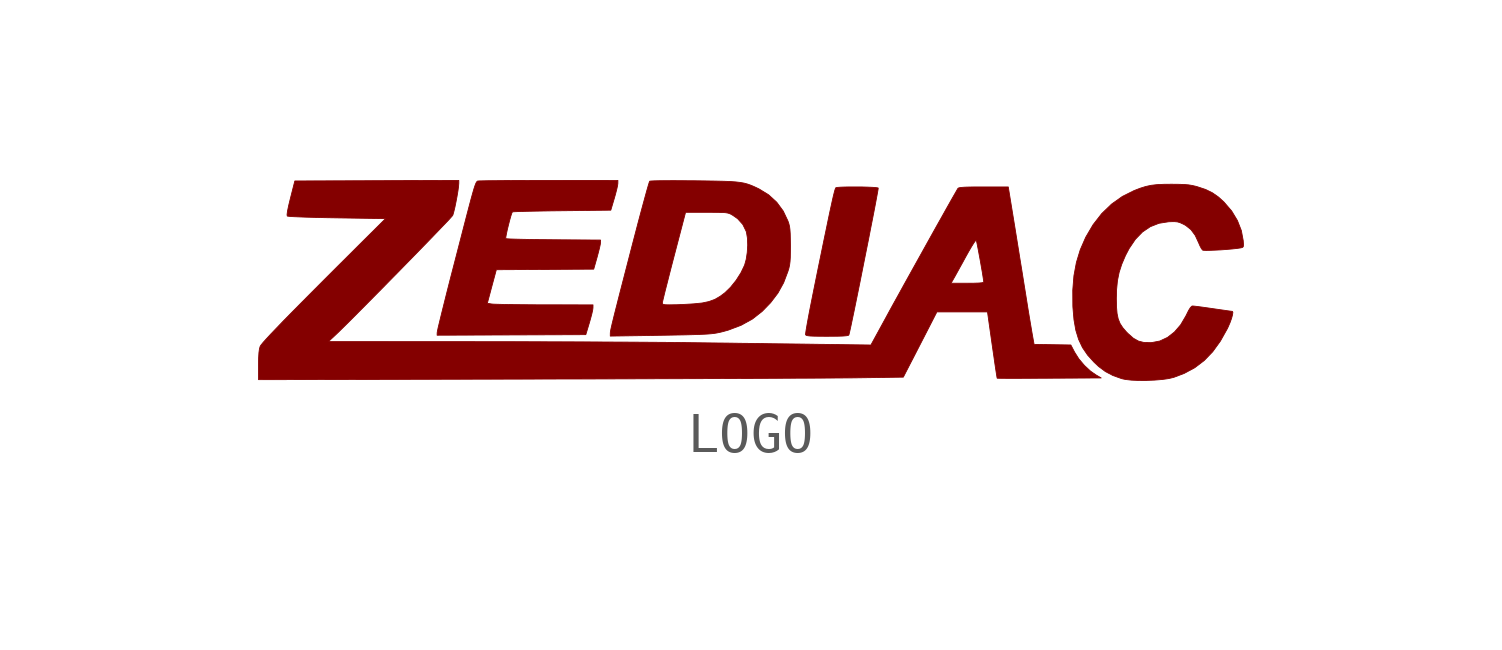
<source format=kicad_sym>
(kicad_symbol_lib
  (version 20210619)
  (generator bitmap2component)
  (symbol "LOGO"
    (pin_names
      (offset 1.016))
    (property "Reference" "#G"
      (at 0 1.854 0)
      (effects (font (size 1.27 1.27)) hide))
    (symbol "LOGO_0_0"
      (polyline (pts (xy 9.884 -2.51) (xy 10.084 -2.502) (xy 10.272 -2.487) (xy 10.436 -2.464) (xy 10.563 -2.434) (xy 10.823 -2.336) (xy 11.089 -2.193) (xy 11.326 -2.013) (xy 11.538 -1.793) (xy 11.729 -1.529) (xy 11.905 -1.215) (xy 11.923 -1.177) (xy 11.972 -1.064) (xy 12.01 -0.958) (xy 12.034 -0.868) (xy 12.042 -0.807) (xy 12.03 -0.784) (xy 12.008 -0.782) (xy 11.941 -0.773) (xy 11.836 -0.758) (xy 11.703 -0.739) (xy 11.55 -0.717) (xy 11.427 -0.699) (xy 11.284 -0.679) (xy 11.164 -0.663) (xy 11.078 -0.653) (xy 11.035 -0.649) (xy 11.019 -0.653) (xy 10.982 -0.688) (xy 10.936 -0.761) (xy 10.877 -0.88) (xy 10.867 -0.9) (xy 10.738 -1.119) (xy 10.583 -1.299) (xy 10.409 -1.435) (xy 10.217 -1.525) (xy 10.014 -1.564) (xy 9.991 -1.566) (xy 9.822 -1.562) (xy 9.683 -1.527) (xy 9.556 -1.456) (xy 9.425 -1.341) (xy 9.383 -1.299) (xy 9.29 -1.191) (xy 9.222 -1.086) (xy 9.176 -0.971) (xy 9.148 -0.836) (xy 9.134 -0.669) (xy 9.13 -0.46) (xy 9.136 -0.242) (xy 9.158 -0.015) (xy 9.2 0.191) (xy 9.265 0.393) (xy 9.357 0.609) (xy 9.449 0.785) (xy 9.606 1.017) (xy 9.782 1.199) (xy 9.978 1.332) (xy 10.195 1.417) (xy 10.434 1.455) (xy 10.478 1.457) (xy 10.581 1.459) (xy 10.657 1.452) (xy 10.727 1.431) (xy 10.809 1.393) (xy 10.864 1.363) (xy 10.994 1.259) (xy 11.101 1.115) (xy 11.189 0.925) (xy 11.218 0.857) (xy 11.256 0.785) (xy 11.288 0.746) (xy 11.307 0.742) (xy 11.373 0.739) (xy 11.476 0.741) (xy 11.604 0.746) (xy 11.746 0.753) (xy 11.892 0.764) (xy 12.029 0.776) (xy 12.148 0.789) (xy 12.237 0.802) (xy 12.252 0.805) (xy 12.288 0.817) (xy 12.305 0.841) (xy 12.307 0.892) (xy 12.301 0.984) (xy 12.254 1.235) (xy 12.156 1.486) (xy 12.011 1.726) (xy 11.82 1.948) (xy 11.684 2.072) (xy 11.531 2.179) (xy 11.362 2.262) (xy 11.157 2.33) (xy 11.115 2.342) (xy 11.024 2.363) (xy 10.931 2.378) (xy 10.822 2.387) (xy 10.686 2.391) (xy 10.509 2.393) (xy 10.313 2.391) (xy 10.143 2.383) (xy 9.998 2.366) (xy 9.865 2.337) (xy 9.727 2.294) (xy 9.572 2.234) (xy 9.283 2.09) (xy 9.01 1.896) (xy 8.764 1.659) (xy 8.548 1.381) (xy 8.365 1.069) (xy 8.362 1.062) (xy 8.228 0.755) (xy 8.132 0.439) (xy 8.07 0.106) (xy 8.041 -0.254) (xy 8.043 -0.65) (xy 8.045 -0.688) (xy 8.071 -0.992) (xy 8.117 -1.255) (xy 8.187 -1.484) (xy 8.284 -1.689) (xy 8.412 -1.877) (xy 8.574 -2.056) (xy 8.686 -2.161) (xy 8.857 -2.289) (xy 9.044 -2.387) (xy 9.265 -2.466) (xy 9.357 -2.486) (xy 9.508 -2.503) (xy 9.688 -2.511) (xy 9.884 -2.51)) (stroke (width 0.01)) (fill (type outline)))
      (polyline (pts (xy -5.363 -2.476) (xy -5.185 -2.475) (xy -4.562 -2.474) (xy -3.946 -2.473) (xy -3.34 -2.471) (xy -2.746 -2.469) (xy -2.168 -2.467) (xy -1.608 -2.466) (xy -1.068 -2.464) (xy -0.553 -2.462) (xy -0.064 -2.46) (xy 0.397 -2.458) (xy 0.825 -2.456) (xy 1.218 -2.454) (xy 1.574 -2.453) (xy 1.89 -2.451) (xy 2.162 -2.449) (xy 2.389 -2.447) (xy 2.567 -2.446) (xy 2.694 -2.444) (xy 3.806 -2.428) (xy 4.01 -2.032) (xy 4.036 -1.983) (xy 4.13 -1.8) (xy 4.234 -1.598) (xy 4.338 -1.396) (xy 4.43 -1.217) (xy 4.645 -0.798) (xy 5.91 -0.798) (xy 6.027 -1.623) (xy 6.04 -1.714) (xy 6.069 -1.912) (xy 6.094 -2.088) (xy 6.116 -2.237) (xy 6.134 -2.352) (xy 6.146 -2.427) (xy 6.152 -2.455) (xy 6.152 -2.455) (xy 6.181 -2.456) (xy 6.259 -2.457) (xy 6.381 -2.458) (xy 6.541 -2.458) (xy 6.733 -2.458) (xy 6.953 -2.457) (xy 7.196 -2.456) (xy 7.455 -2.455) (xy 8.751 -2.448) (xy 8.616 -2.369) (xy 8.484 -2.277) (xy 8.331 -2.135) (xy 8.193 -1.971) (xy 8.087 -1.804) (xy 7.993 -1.624) (xy 7.074 -1.609) (xy 7.014 -1.271) (xy 7.011 -1.25) (xy 6.987 -1.109) (xy 6.957 -0.932) (xy 6.924 -0.733) (xy 6.891 -0.526) (xy 6.859 -0.325) (xy 6.84 -0.208) (xy 6.807 -0.003) (xy 6.769 0.236) (xy 6.726 0.498) (xy 6.682 0.771) (xy 6.638 1.044) (xy 6.596 1.305) (xy 6.429 2.326) (xy 5.815 2.326) (xy 5.651 2.326) (xy 5.474 2.324) (xy 5.343 2.32) (xy 5.253 2.313) (xy 5.198 2.304) (xy 5.173 2.292) (xy 5.155 2.263) (xy 5.113 2.189) (xy 5.049 2.078) (xy 4.967 1.933) (xy 4.869 1.759) (xy 4.758 1.56) (xy 4.635 1.342) (xy 4.504 1.107) (xy 4.368 0.863) (xy 4.228 0.611) (xy 4.087 0.358) (xy 3.948 0.108) (xy 3.843 -0.081) (xy 4.999 -0.081) (xy 5.065 0.034) (xy 5.093 0.083) (xy 5.145 0.177) (xy 5.212 0.299) (xy 5.29 0.439) (xy 5.371 0.588) (xy 5.442 0.715) (xy 5.514 0.838) (xy 5.571 0.929) (xy 5.611 0.983) (xy 5.629 0.994) (xy 5.63 0.992) (xy 5.64 0.952) (xy 5.657 0.87) (xy 5.679 0.756) (xy 5.704 0.622) (xy 5.731 0.476) (xy 5.756 0.331) (xy 5.78 0.195) (xy 5.798 0.08) (xy 5.811 -0.004) (xy 5.816 -0.048) (xy 5.808 -0.058) (xy 5.77 -0.069) (xy 5.694 -0.076) (xy 5.575 -0.08) (xy 5.407 -0.081) (xy 4.999 -0.081) (xy 3.843 -0.081) (xy 3.813 -0.135) (xy 3.686 -0.366) (xy 3.567 -0.58) (xy 3.461 -0.773) (xy 3.37 -0.941) (xy 2.996 -1.625) (xy 1.816 -1.609) (xy 1.766 -1.609) (xy 1.518 -1.605) (xy 1.226 -1.601) (xy 0.899 -1.597) (xy 0.545 -1.593) (xy 0.173 -1.587) (xy -0.209 -1.583) (xy -0.594 -1.577) (xy -0.971 -1.573) (xy -1.334 -1.568) (xy -1.504 -1.566) (xy -1.818 -1.562) (xy -2.177 -1.559) (xy -2.575 -1.556) (xy -3.005 -1.553) (xy -3.463 -1.551) (xy -3.942 -1.548) (xy -4.436 -1.546) (xy -4.94 -1.545) (xy -5.447 -1.543) (xy -5.952 -1.542) (xy -6.45 -1.542) (xy -6.933 -1.541) (xy -10.563 -1.54) (xy -10.411 -1.399) (xy -10.356 -1.347) (xy -10.258 -1.252) (xy -10.133 -1.129) (xy -9.986 -0.983) (xy -9.82 -0.816) (xy -9.638 -0.633) (xy -9.444 -0.437) (xy -9.241 -0.232) (xy -9.034 -0.021) (xy -8.825 0.191) (xy -8.619 0.402) (xy -8.419 0.607) (xy -8.228 0.803) (xy -8.05 0.986) (xy -7.889 1.153) (xy -7.748 1.3) (xy -7.63 1.423) (xy -7.54 1.518) (xy -7.482 1.583) (xy -7.457 1.612) (xy -7.448 1.634) (xy -7.426 1.713) (xy -7.399 1.825) (xy -7.372 1.958) (xy -7.346 2.097) (xy -7.324 2.228) (xy -7.309 2.34) (xy -7.303 2.417) (xy -7.303 2.489) (xy -9.352 2.482) (xy -11.401 2.475) (xy -11.509 2.05) (xy -11.554 1.866) (xy -11.583 1.727) (xy -11.595 1.638) (xy -11.591 1.599) (xy -11.586 1.597) (xy -11.537 1.59) (xy -11.439 1.583) (xy -11.296 1.577) (xy -11.111 1.57) (xy -10.889 1.564) (xy -10.634 1.558) (xy -10.349 1.553) (xy -9.134 1.534) (xy -9.795 0.877) (xy -9.941 0.731) (xy -10.323 0.351) (xy -10.668 0.006) (xy -10.976 -0.303) (xy -11.249 -0.578) (xy -11.487 -0.819) (xy -11.692 -1.028) (xy -11.863 -1.206) (xy -12.004 -1.353) (xy -12.113 -1.471) (xy -12.193 -1.56) (xy -12.244 -1.623) (xy -12.267 -1.658) (xy -12.285 -1.72) (xy -12.298 -1.815) (xy -12.306 -1.946) (xy -12.308 -2.124) (xy -12.308 -2.491) (xy -5.363 -2.476)) (stroke (width 0.01)) (fill (type outline)))
      (polyline (pts (xy -2.793 -1.391) (xy -2.786 -1.391) (xy -2.43 -1.385) (xy -2.123 -1.38) (xy -1.861 -1.375) (xy -1.641 -1.371) (xy -1.456 -1.366) (xy -1.303 -1.361) (xy -1.178 -1.356) (xy -1.075 -1.35) (xy -0.991 -1.343) (xy -0.921 -1.335) (xy -0.86 -1.325) (xy -0.805 -1.314) (xy -0.75 -1.302) (xy -0.692 -1.287) (xy -0.572 -1.254) (xy -0.248 -1.132) (xy 0.036 -0.975) (xy 0.281 -0.782) (xy 0.49 -0.567) (xy 0.673 -0.326) (xy 0.815 -0.069) (xy 0.923 0.217) (xy 0.947 0.296) (xy 0.964 0.374) (xy 0.975 0.458) (xy 0.982 0.56) (xy 0.984 0.692) (xy 0.985 0.866) (xy 0.983 1.021) (xy 0.98 1.156) (xy 0.973 1.258) (xy 0.963 1.337) (xy 0.946 1.406) (xy 0.923 1.474) (xy 0.805 1.723) (xy 0.643 1.943) (xy 0.441 2.128) (xy 0.203 2.274) (xy 0.162 2.294) (xy 0.073 2.336) (xy -0.008 2.37) (xy -0.088 2.398) (xy -0.173 2.421) (xy -0.269 2.438) (xy -0.382 2.451) (xy -0.518 2.461) (xy -0.684 2.467) (xy -0.886 2.472) (xy -1.129 2.476) (xy -1.42 2.48) (xy -1.499 2.48) (xy -1.732 2.482) (xy -1.946 2.483) (xy -2.136 2.482) (xy -2.295 2.481) (xy -2.418 2.478) (xy -2.499 2.474) (xy -2.532 2.47) (xy -2.532 2.47) (xy -2.544 2.44) (xy -2.568 2.362) (xy -2.603 2.241) (xy -2.647 2.081) (xy -2.7 1.887) (xy -2.76 1.665) (xy -2.826 1.417) (xy -2.896 1.149) (xy -2.97 0.866) (xy -3.041 0.591) (xy -3.131 0.243) (xy -3.209 -0.059) (xy -3.276 -0.318) (xy -3.332 -0.538) (xy -3.341 -0.575) (xy -2.217 -0.575) (xy -2.215 -0.562) (xy -2.201 -0.501) (xy -2.176 -0.397) (xy -2.141 -0.254) (xy -2.096 -0.079) (xy -2.045 0.122) (xy -1.988 0.344) (xy -1.926 0.582) (xy -1.636 1.691) (xy -1.109 1.691) (xy -0.993 1.691) (xy -0.84 1.69) (xy -0.727 1.688) (xy -0.646 1.683) (xy -0.587 1.674) (xy -0.541 1.661) (xy -0.501 1.643) (xy -0.457 1.617) (xy -0.335 1.532) (xy -0.206 1.389) (xy -0.121 1.216) (xy -0.113 1.187) (xy -0.089 1.043) (xy -0.083 0.871) (xy -0.094 0.69) (xy -0.12 0.517) (xy -0.161 0.37) (xy -0.164 0.364) (xy -0.253 0.179) (xy -0.373 -0.009) (xy -0.511 -0.181) (xy -0.653 -0.319) (xy -0.769 -0.406) (xy -0.905 -0.485) (xy -1.052 -0.539) (xy -1.223 -0.575) (xy -1.434 -0.596) (xy -1.524 -0.602) (xy -1.689 -0.611) (xy -1.85 -0.618) (xy -1.981 -0.62) (xy -2.042 -0.621) (xy -2.134 -0.619) (xy -2.187 -0.612) (xy -2.212 -0.598) (xy -2.217 -0.575) (xy -3.341 -0.575) (xy -3.379 -0.722) (xy -3.417 -0.873) (xy -3.447 -0.995) (xy -3.471 -1.092) (xy -3.488 -1.167) (xy -3.501 -1.223) (xy -3.509 -1.265) (xy -3.514 -1.295) (xy -3.516 -1.317) (xy -3.517 -1.335) (xy -3.517 -1.402) (xy -2.793 -1.391)) (stroke (width 0.01)) (fill (type outline)))
      (polyline (pts (xy 2.001 -1.406) (xy 2.172 -1.405) (xy 2.297 -1.401) (xy 2.381 -1.394) (xy 2.429 -1.385) (xy 2.446 -1.373) (xy 2.455 -1.337) (xy 2.475 -1.251) (xy 2.503 -1.123) (xy 2.537 -0.96) (xy 2.578 -0.765) (xy 2.623 -0.544) (xy 2.672 -0.304) (xy 2.724 -0.048) (xy 2.777 0.218) (xy 2.831 0.489) (xy 2.885 0.759) (xy 2.938 1.023) (xy 2.987 1.276) (xy 3.034 1.513) (xy 3.076 1.728) (xy 3.112 1.917) (xy 3.141 2.073) (xy 3.163 2.192) (xy 3.176 2.269) (xy 3.179 2.298) (xy 3.174 2.301) (xy 3.125 2.309) (xy 3.036 2.316) (xy 2.918 2.321) (xy 2.78 2.325) (xy 2.633 2.326) (xy 2.487 2.326) (xy 2.353 2.324) (xy 2.24 2.32) (xy 2.159 2.314) (xy 2.121 2.306) (xy 2.116 2.3) (xy 2.107 2.28) (xy 2.095 2.244) (xy 2.08 2.188) (xy 2.06 2.109) (xy 2.036 2.005) (xy 2.007 1.872) (xy 1.971 1.708) (xy 1.929 1.508) (xy 1.88 1.271) (xy 1.822 0.994) (xy 1.756 0.672) (xy 1.68 0.303) (xy 1.595 -0.116) (xy 1.553 -0.324) (xy 1.506 -0.56) (xy 1.463 -0.777) (xy 1.427 -0.968) (xy 1.398 -1.128) (xy 1.377 -1.251) (xy 1.365 -1.333) (xy 1.363 -1.367) (xy 1.364 -1.37) (xy 1.381 -1.383) (xy 1.419 -1.393) (xy 1.483 -1.4) (xy 1.582 -1.404) (xy 1.721 -1.406) (xy 1.907 -1.407) (xy 2.001 -1.406)) (stroke (width 0.01)) (fill (type outline)))
      (polyline (pts (xy -5.987 -1.373) (xy -4.129 -1.366) (xy -4.039 -1.068) (xy -4.009 -0.962) (xy -3.978 -0.845) (xy -3.957 -0.752) (xy -3.95 -0.697) (xy -3.949 -0.622) (xy -5.16 -0.62) (xy -5.338 -0.62) (xy -5.584 -0.618) (xy -5.813 -0.616) (xy -6.018 -0.614) (xy -6.193 -0.611) (xy -6.333 -0.607) (xy -6.431 -0.604) (xy -6.48 -0.6) (xy -6.59 -0.582) (xy -6.478 -0.162) (xy -6.365 0.257) (xy -5.148 0.264) (xy -3.931 0.271) (xy -3.845 0.575) (xy -3.815 0.688) (xy -3.786 0.802) (xy -3.767 0.89) (xy -3.76 0.939) (xy -3.76 0.998) (xy -4.934 1.006) (xy -5.095 1.008) (xy -5.332 1.01) (xy -5.548 1.013) (xy -5.739 1.017) (xy -5.897 1.021) (xy -6.019 1.025) (xy -6.098 1.03) (xy -6.128 1.034) (xy -6.13 1.038) (xy -6.126 1.082) (xy -6.111 1.161) (xy -6.089 1.265) (xy -6.061 1.379) (xy -6.032 1.492) (xy -6.004 1.592) (xy -5.98 1.666) (xy -5.964 1.701) (xy -5.944 1.704) (xy -5.875 1.708) (xy -5.762 1.712) (xy -5.61 1.716) (xy -5.425 1.72) (xy -5.212 1.724) (xy -4.977 1.728) (xy -4.725 1.731) (xy -3.504 1.745) (xy -3.416 2.042) (xy -3.386 2.148) (xy -3.356 2.265) (xy -3.335 2.359) (xy -3.328 2.414) (xy -3.327 2.489) (xy -5.052 2.488) (xy -5.126 2.488) (xy -5.425 2.488) (xy -5.707 2.487) (xy -5.969 2.486) (xy -6.204 2.484) (xy -6.409 2.482) (xy -6.579 2.481) (xy -6.709 2.478) (xy -6.795 2.476) (xy -6.831 2.473) (xy -6.838 2.47) (xy -6.855 2.454) (xy -6.874 2.422) (xy -6.896 2.367) (xy -6.923 2.286) (xy -6.956 2.172) (xy -6.998 2.021) (xy -7.049 1.828) (xy -7.112 1.588) (xy -7.191 1.283) (xy -7.311 0.818) (xy -7.42 0.396) (xy -7.518 0.018) (xy -7.603 -0.316) (xy -7.675 -0.604) (xy -7.735 -0.845) (xy -7.782 -1.038) (xy -7.817 -1.182) (xy -7.837 -1.276) (xy -7.844 -1.319) (xy -7.845 -1.38) (xy -5.987 -1.373)) (stroke (width 0.01)) (fill (type outline))))))
</source>
